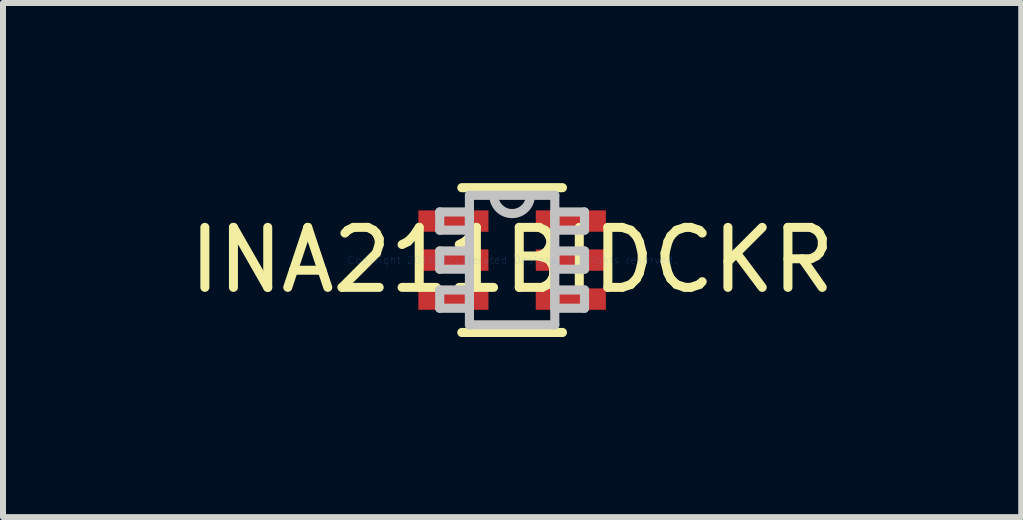
<source format=kicad_pcb>
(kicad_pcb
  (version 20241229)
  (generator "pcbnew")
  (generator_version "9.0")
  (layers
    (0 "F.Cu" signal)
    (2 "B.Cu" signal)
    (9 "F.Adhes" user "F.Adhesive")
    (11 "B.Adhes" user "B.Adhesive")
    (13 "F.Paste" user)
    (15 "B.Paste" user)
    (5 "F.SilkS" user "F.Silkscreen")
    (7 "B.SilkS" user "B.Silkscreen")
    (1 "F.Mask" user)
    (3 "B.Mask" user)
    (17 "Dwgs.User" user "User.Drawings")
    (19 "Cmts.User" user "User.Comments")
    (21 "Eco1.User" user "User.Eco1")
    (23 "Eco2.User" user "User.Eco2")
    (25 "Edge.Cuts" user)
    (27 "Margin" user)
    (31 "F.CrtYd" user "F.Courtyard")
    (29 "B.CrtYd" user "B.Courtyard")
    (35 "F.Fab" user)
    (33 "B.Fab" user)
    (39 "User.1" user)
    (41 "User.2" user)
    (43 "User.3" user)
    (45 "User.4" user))
  (footprint "INA211BIDCKR"
    (layer "F.Cu")
    (at 5.482 1.283)
    (property "Reference" "INA211BIDCKR" (at 0 0 0) (layer "F.SilkS") (effects (font (size 1 1) (thickness 0.15))))
    (attr through_hole)
    (fp_line (start -0.838 1.206) (end 0.838 1.206) (stroke (width 0.152) (type solid)) (layer "F.SilkS"))
    (fp_line (start 0.838 -1.206) (end -0.838 -1.206) (stroke (width 0.152) (type solid)) (layer "F.SilkS"))
    (fp_line (start -1.206 -0.802) (end -1.206 -0.498) (stroke (width 0.152) (type solid)) (layer "Dwgs.User"))
    (fp_line (start -1.206 -0.498) (end -0.711 -0.498) (stroke (width 0.152) (type solid)) (layer "Dwgs.User"))
    (fp_line (start -1.206 -0.152) (end -1.206 0.152) (stroke (width 0.152) (type solid)) (layer "Dwgs.User"))
    (fp_line (start -1.206 0.152) (end -0.711 0.152) (stroke (width 0.152) (type solid)) (layer "Dwgs.User"))
    (fp_line (start -1.206 0.498) (end -1.206 0.802) (stroke (width 0.152) (type solid)) (layer "Dwgs.User"))
    (fp_line (start -1.206 0.802) (end -0.711 0.802) (stroke (width 0.152) (type solid)) (layer "Dwgs.User"))
    (fp_line (start -0.711 -1.079) (end -0.711 1.079) (stroke (width 0.152) (type solid)) (layer "Dwgs.User"))
    (fp_line (start -0.711 -0.802) (end -1.206 -0.802) (stroke (width 0.152) (type solid)) (layer "Dwgs.User"))
    (fp_line (start -0.711 -0.498) (end -0.711 -0.802) (stroke (width 0.152) (type solid)) (layer "Dwgs.User"))
    (fp_line (start -0.711 -0.152) (end -1.206 -0.152) (stroke (width 0.152) (type solid)) (layer "Dwgs.User"))
    (fp_line (start -0.711 0.152) (end -0.711 -0.152) (stroke (width 0.152) (type solid)) (layer "Dwgs.User"))
    (fp_line (start -0.711 0.498) (end -1.206 0.498) (stroke (width 0.152) (type solid)) (layer "Dwgs.User"))
    (fp_line (start -0.711 0.802) (end -0.711 0.498) (stroke (width 0.152) (type solid)) (layer "Dwgs.User"))
    (fp_line (start -0.711 1.079) (end 0.711 1.079) (stroke (width 0.152) (type solid)) (layer "Dwgs.User"))
    (fp_line (start 0.711 -1.079) (end -0.711 -1.079) (stroke (width 0.152) (type solid)) (layer "Dwgs.User"))
    (fp_line (start 0.711 -0.802) (end 0.711 -0.498) (stroke (width 0.152) (type solid)) (layer "Dwgs.User"))
    (fp_line (start 0.711 -0.498) (end 1.206 -0.498) (stroke (width 0.152) (type solid)) (layer "Dwgs.User"))
    (fp_line (start 0.711 -0.152) (end 0.711 0.152) (stroke (width 0.152) (type solid)) (layer "Dwgs.User"))
    (fp_line (start 0.711 0.152) (end 1.206 0.152) (stroke (width 0.152) (type solid)) (layer "Dwgs.User"))
    (fp_line (start 0.711 0.498) (end 0.711 0.802) (stroke (width 0.152) (type solid)) (layer "Dwgs.User"))
    (fp_line (start 0.711 0.802) (end 1.206 0.802) (stroke (width 0.152) (type solid)) (layer "Dwgs.User"))
    (fp_line (start 0.711 1.079) (end 0.711 -1.079) (stroke (width 0.152) (type solid)) (layer "Dwgs.User"))
    (fp_line (start 1.206 -0.802) (end 0.711 -0.802) (stroke (width 0.152) (type solid)) (layer "Dwgs.User"))
    (fp_line (start 1.206 -0.498) (end 1.206 -0.802) (stroke (width 0.152) (type solid)) (layer "Dwgs.User"))
    (fp_line (start 1.206 -0.152) (end 0.711 -0.152) (stroke (width 0.152) (type solid)) (layer "Dwgs.User"))
    (fp_line (start 1.206 0.152) (end 1.206 -0.152) (stroke (width 0.152) (type solid)) (layer "Dwgs.User"))
    (fp_line (start 1.206 0.498) (end 0.711 0.498) (stroke (width 0.152) (type solid)) (layer "Dwgs.User"))
    (fp_line (start 1.206 0.802) (end 1.206 0.498) (stroke (width 0.152) (type solid)) (layer "Dwgs.User"))
    (fp_arc (start 0.3048 -1.0795) (mid 0 -0.7747) (end -0.3048 -1.0795) (stroke (width 0.1524) (type solid)) (layer "Dwgs.User"))
    (fp_text user "Copyright 2016 Accelerated Designs. All rights reserved." (at 0 0 0) (layer "Cmts.User") (effects (font (size 0.127 0.127) (thickness 0.002))))
    (pad "1" smd rect (at -0.978 -0.65) (size 1.168 0.356) (layers "F.Cu" "F.Mask" "F.Paste"))
    (pad "2" smd rect (at -0.978 0) (size 1.168 0.356) (layers "F.Cu" "F.Mask" "F.Paste"))
    (pad "3" smd rect (at -0.978 0.65) (size 1.168 0.356) (layers "F.Cu" "F.Mask" "F.Paste"))
    (pad "4" smd rect (at 0.978 0.65) (size 1.168 0.356) (layers "F.Cu" "F.Mask" "F.Paste"))
    (pad "5" smd rect (at 0.978 0) (size 1.168 0.356) (layers "F.Cu" "F.Mask" "F.Paste"))
    (pad "6" smd rect (at 0.978 -0.65) (size 1.168 0.356) (layers "F.Cu" "F.Mask" "F.Paste")))
  (gr_rect
    (start -3 -3)
    (end 13.964 5.565)
    (stroke (width 0.1) (type default))
    (fill no)
    (layer "Edge.Cuts")))
</source>
